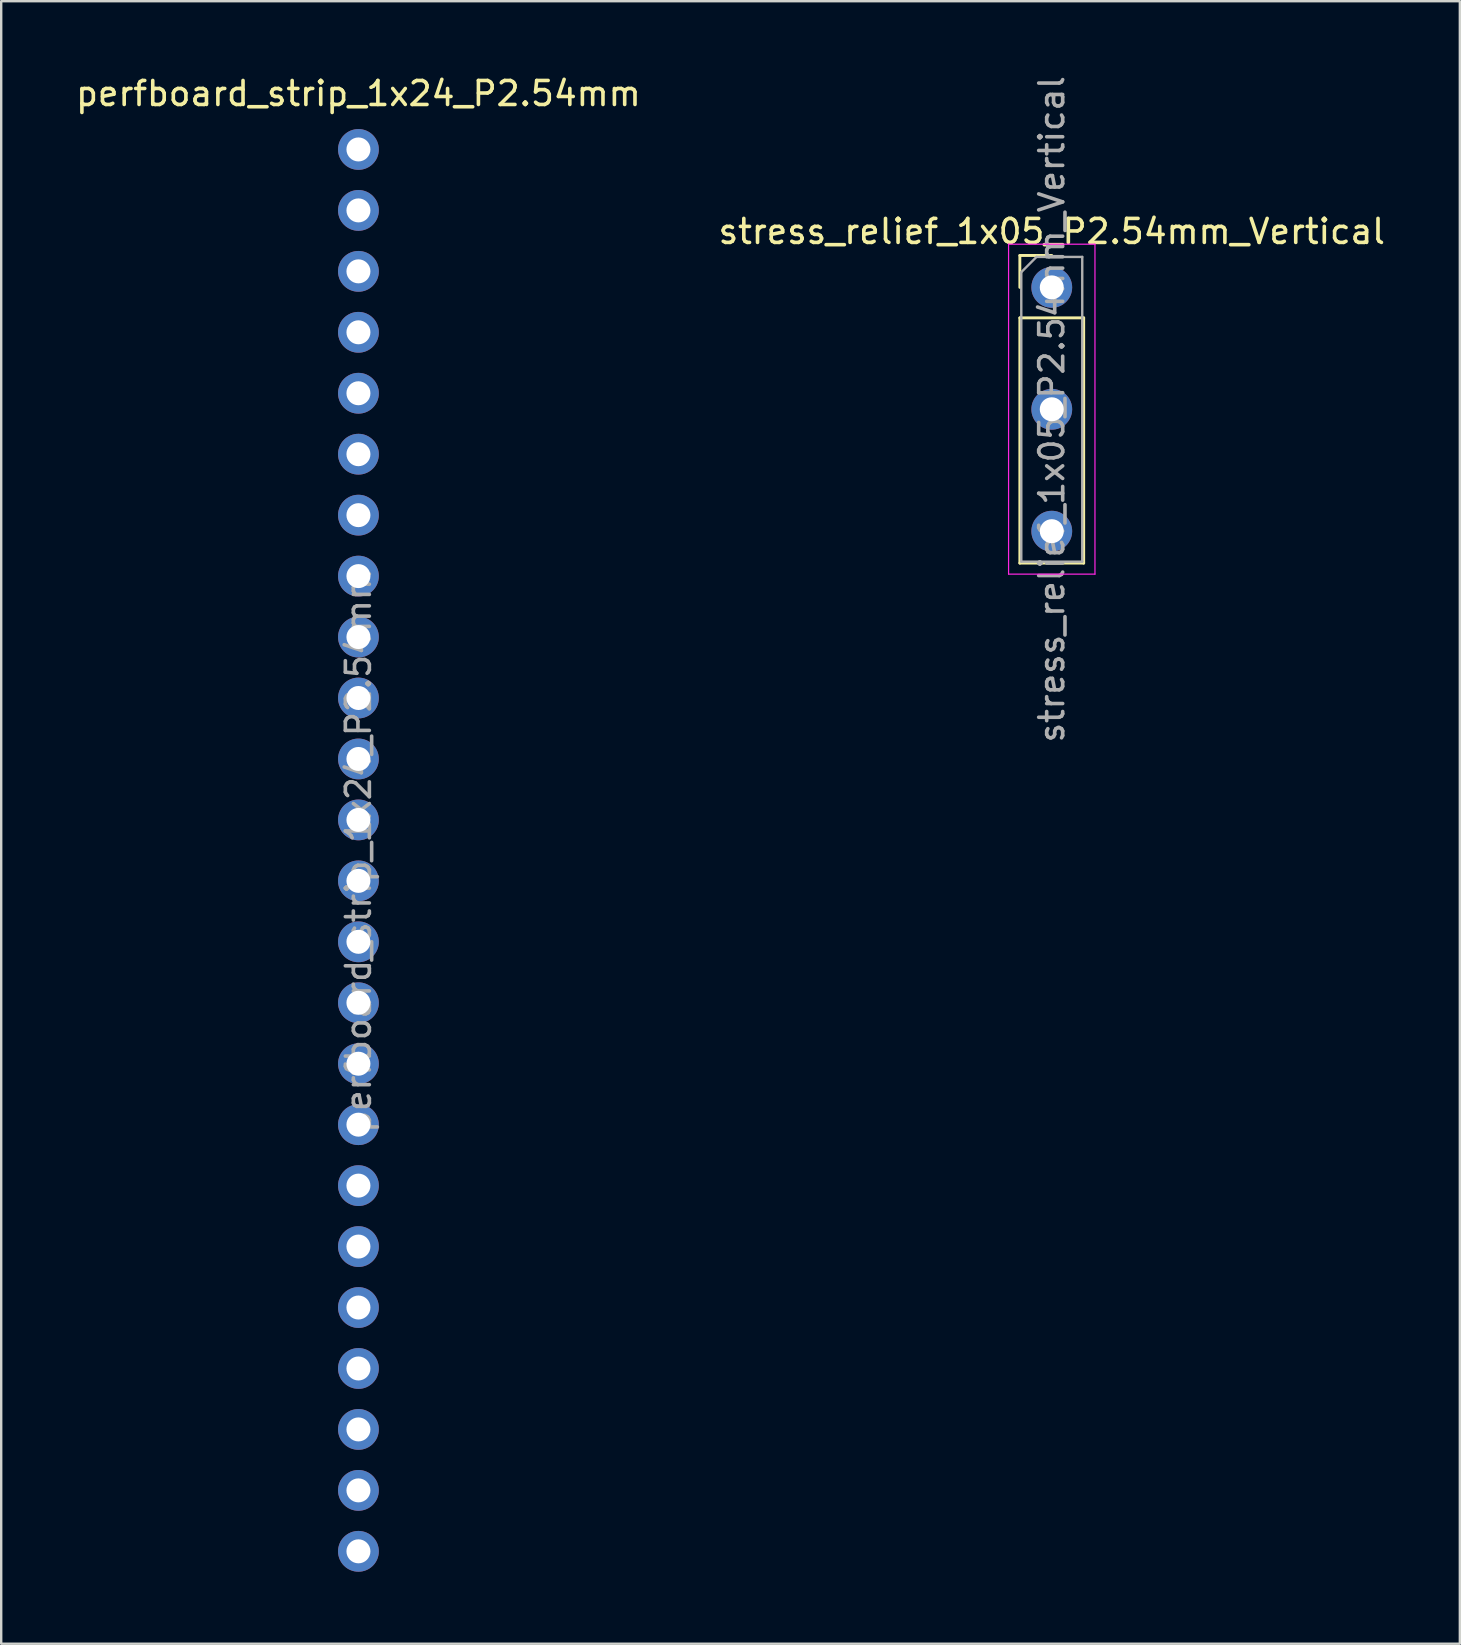
<source format=kicad_pcb>
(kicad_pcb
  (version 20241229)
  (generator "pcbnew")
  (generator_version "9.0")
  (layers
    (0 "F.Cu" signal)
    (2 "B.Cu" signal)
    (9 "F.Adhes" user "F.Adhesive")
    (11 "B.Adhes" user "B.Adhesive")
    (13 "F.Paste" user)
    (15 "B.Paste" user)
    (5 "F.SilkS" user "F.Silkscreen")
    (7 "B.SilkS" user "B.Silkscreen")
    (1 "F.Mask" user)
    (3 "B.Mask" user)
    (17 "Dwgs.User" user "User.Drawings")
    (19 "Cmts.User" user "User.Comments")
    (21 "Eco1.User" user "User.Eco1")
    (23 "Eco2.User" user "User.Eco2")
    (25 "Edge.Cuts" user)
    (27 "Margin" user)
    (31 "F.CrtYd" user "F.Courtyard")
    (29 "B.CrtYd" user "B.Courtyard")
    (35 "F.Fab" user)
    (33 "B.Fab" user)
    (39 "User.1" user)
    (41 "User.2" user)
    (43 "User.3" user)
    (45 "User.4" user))
  (footprint "perfboard_strip_1x24_P2.54mm"
    (layer "F.Cu")
    (at 11.887 3.178)
    (property "Reference" "perfboard_strip_1x24_P2.54mm" (at 0 -2.33 0) (layer "F.SilkS") (effects (font (size 1 1) (thickness 0.15))))
    (attr through_hole)
    (fp_text user "${REFERENCE}" (at 0 29.21 270) (layer "F.Fab") (effects (font (size 1 1) (thickness 0.15))))
    (pad "" thru_hole circle (at 0 0) (size 1.7 1.7) (drill 1) (layers "B.Paste"))
    (pad "" thru_hole oval (at 0 2.54) (size 1.7 1.7) (drill 1) (layers "B.Paste"))
    (pad "" thru_hole oval (at 0 5.08) (size 1.7 1.7) (drill 1) (layers "B.Paste"))
    (pad "" thru_hole oval (at 0 7.62) (size 1.7 1.7) (drill 1) (layers "B.Paste"))
    (pad "" thru_hole oval (at 0 10.16) (size 1.7 1.7) (drill 1) (layers "B.Paste"))
    (pad "" thru_hole oval (at 0 12.7) (size 1.7 1.7) (drill 1) (layers "B.Paste"))
    (pad "" thru_hole oval (at 0 15.24) (size 1.7 1.7) (drill 1) (layers "B.Paste"))
    (pad "" thru_hole oval (at 0 17.78) (size 1.7 1.7) (drill 1) (layers "B.Paste"))
    (pad "" thru_hole oval (at 0 20.32) (size 1.7 1.7) (drill 1) (layers "B.Paste"))
    (pad "" thru_hole oval (at 0 22.86) (size 1.7 1.7) (drill 1) (layers "B.Paste"))
    (pad "" thru_hole oval (at 0 25.4) (size 1.7 1.7) (drill 1) (layers "B.Paste"))
    (pad "" thru_hole oval (at 0 27.94) (size 1.7 1.7) (drill 1) (layers "B.Paste"))
    (pad "" thru_hole oval (at 0 30.48) (size 1.7 1.7) (drill 1) (layers "B.Paste"))
    (pad "" thru_hole oval (at 0 33.02) (size 1.7 1.7) (drill 1) (layers "B.Paste"))
    (pad "" thru_hole oval (at 0 35.56) (size 1.7 1.7) (drill 1) (layers "B.Paste"))
    (pad "" thru_hole oval (at 0 38.1) (size 1.7 1.7) (drill 1) (layers "B.Paste"))
    (pad "" thru_hole oval (at 0 40.64) (size 1.7 1.7) (drill 1) (layers "B.Paste"))
    (pad "" thru_hole oval (at 0 43.18) (size 1.7 1.7) (drill 1) (layers "B.Paste"))
    (pad "" thru_hole oval (at 0 45.72) (size 1.7 1.7) (drill 1) (layers "B.Paste"))
    (pad "" thru_hole oval (at 0 48.26) (size 1.7 1.7) (drill 1) (layers "B.Paste"))
    (pad "" thru_hole oval (at 0 50.8) (size 1.7 1.7) (drill 1) (layers "B.Paste"))
    (pad "" thru_hole oval (at 0 53.34) (size 1.7 1.7) (drill 1) (layers "B.Paste"))
    (pad "" thru_hole oval (at 0 55.88) (size 1.7 1.7) (drill 1) (layers "B.Paste"))
    (pad "" thru_hole oval (at 0 58.42) (size 1.7 1.7) (drill 1) (layers "B.Paste")))
  (footprint "stress_relief_1x05_P2.54mm_Vertical"
    (layer "F.Cu")
    (at 40.78 8.926)
    (property "Reference" "stress_relief_1x05_P2.54mm_Vertical" (at 0 -2.33 0) (layer "F.SilkS") (effects (font (size 1 1) (thickness 0.15))))
    (attr through_hole)
    (fp_line (start -1.33 -1.33) (end 0 -1.33) (stroke (width 0.12) (type solid)) (layer "F.SilkS"))
    (fp_line (start -1.33 0) (end -1.33 -1.33) (stroke (width 0.12) (type solid)) (layer "F.SilkS"))
    (fp_line (start -1.33 1.27) (end -1.33 11.49) (stroke (width 0.12) (type solid)) (layer "F.SilkS"))
    (fp_line (start -1.33 1.27) (end 1.33 1.27) (stroke (width 0.12) (type solid)) (layer "F.SilkS"))
    (fp_line (start -1.33 11.49) (end 1.33 11.49) (stroke (width 0.12) (type solid)) (layer "F.SilkS"))
    (fp_line (start 1.33 1.27) (end 1.33 11.49) (stroke (width 0.12) (type solid)) (layer "F.SilkS"))
    (fp_line (start -1.8 -1.8) (end -1.8 11.95) (stroke (width 0.05) (type solid)) (layer "F.CrtYd"))
    (fp_line (start -1.8 11.95) (end 1.8 11.95) (stroke (width 0.05) (type solid)) (layer "F.CrtYd"))
    (fp_line (start 1.8 -1.8) (end -1.8 -1.8) (stroke (width 0.05) (type solid)) (layer "F.CrtYd"))
    (fp_line (start 1.8 11.95) (end 1.8 -1.8) (stroke (width 0.05) (type solid)) (layer "F.CrtYd"))
    (fp_line (start -1.27 -0.635) (end -0.635 -1.27) (stroke (width 0.1) (type solid)) (layer "F.Fab"))
    (fp_line (start -1.27 11.43) (end -1.27 -0.635) (stroke (width 0.1) (type solid)) (layer "F.Fab"))
    (fp_line (start -0.635 -1.27) (end 1.27 -1.27) (stroke (width 0.1) (type solid)) (layer "F.Fab"))
    (fp_line (start 1.27 -1.27) (end 1.27 11.43) (stroke (width 0.1) (type solid)) (layer "F.Fab"))
    (fp_line (start 1.27 11.43) (end -1.27 11.43) (stroke (width 0.1) (type solid)) (layer "F.Fab"))
    (fp_text user "${REFERENCE}" (at 0 5.08 90) (layer "F.Fab") (effects (font (size 1 1) (thickness 0.15))))
    (pad "1" thru_hole circle (at 0 0) (size 1.7 1.7) (drill 1) (layers "*.Cu" "*.Mask"))
    (pad "3" thru_hole oval (at 0 5.08) (size 1.7 1.7) (drill 1) (layers "*.Cu" "*.Mask"))
    (pad "5" thru_hole oval (at 0 10.16) (size 1.7 1.7) (drill 1) (layers "*.Cu" "*.Mask")))
  (gr_rect
    (start -3 -3)
    (end 57.786 65.448)
    (stroke (width 0.1) (type default))
    (fill no)
    (layer "Edge.Cuts")))
</source>
